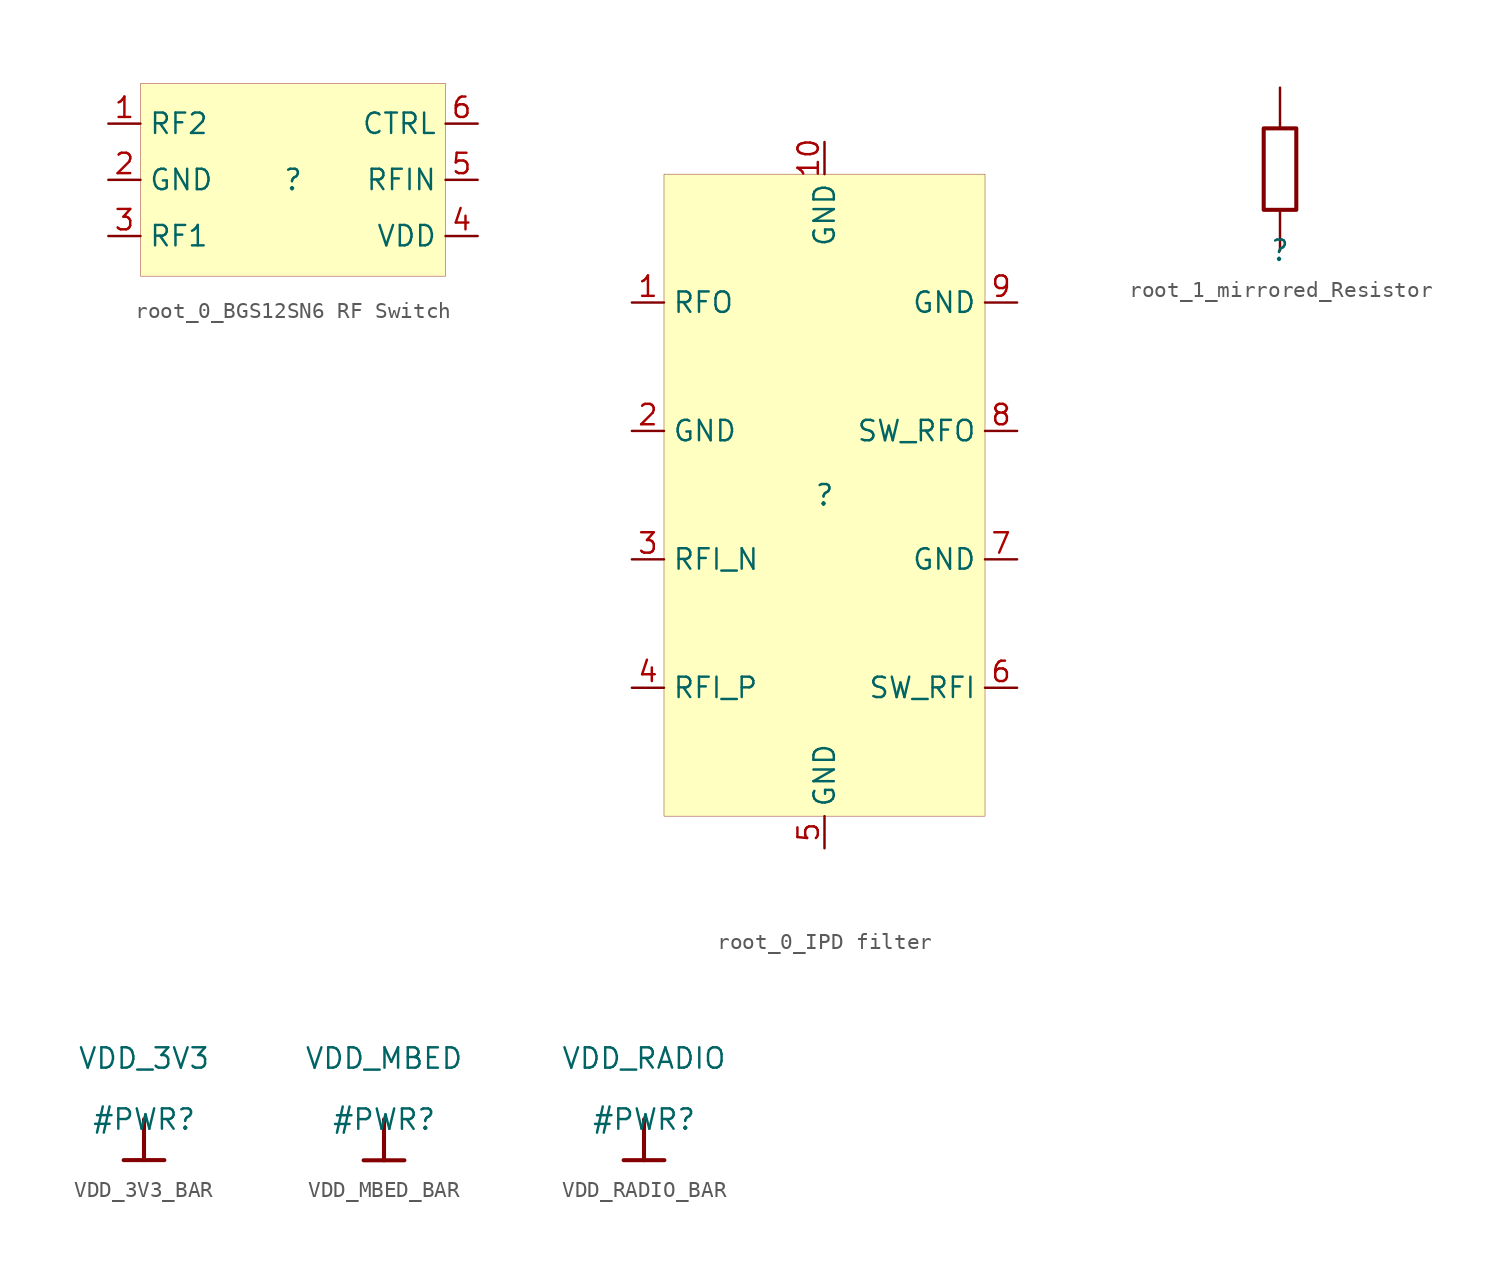
<source format=kicad_sym>
(kicad_symbol_lib
  (version 20231120)
  (generator "kicad_symbol_editor")
  (generator_version "8.0")
  (symbol "root_0_BGS12SN6 RF Switch"
    (property "Reference" ""
      (at 0 0 0)
      (effects (font (size 1.27 1.27))))
    (property "Value" ""
      (at 0 0 0)
      (effects (font (size 1.27 1.27))))
    (symbol "root_0_BGS12SN6 RF Switch_1_0"
      (rectangle (start 9.5 6) (end -9.5 -6) (stroke (width 0.025) (type solid) (color 128 0 0 1)) (fill (type background)))
      (pin passive line (at -11.5 3.5 0) (length 2) (name "RF2" (effects (font (size 1.27 1.27)))) (number "1" (effects (font (size 1.27 1.27)))))
      (pin passive line (at -11.5 0 0) (length 2) (name "GND" (effects (font (size 1.27 1.27)))) (number "2" (effects (font (size 1.27 1.27)))))
      (pin passive line (at -11.5 -3.5 0) (length 2) (name "RF1" (effects (font (size 1.27 1.27)))) (number "3" (effects (font (size 1.27 1.27)))))
      (pin power_in line (at 11.5 -3.5 180) (length 2) (name "VDD" (effects (font (size 1.27 1.27)))) (number "4" (effects (font (size 1.27 1.27)))))
      (pin passive line (at 11.5 0 180) (length 2) (name "RFIN" (effects (font (size 1.27 1.27)))) (number "5" (effects (font (size 1.27 1.27)))))
      (pin passive line (at 11.5 3.5 180) (length 2) (name "CTRL" (effects (font (size 1.27 1.27)))) (number "6" (effects (font (size 1.27 1.27)))))))
  (symbol "root_0_IPD filter"
    (property "Reference" ""
      (at 0 0 0)
      (effects (font (size 1.27 1.27))))
    (property "Value" ""
      (at 0 0 0)
      (effects (font (size 1.27 1.27))))
    (symbol "root_0_IPD filter_1_0"
      (rectangle (start 10 20) (end -10 -20) (stroke (width 0.025) (type solid) (color 128 0 0 1)) (fill (type background)))
      (pin passive line (at -12 12 0) (length 2) (name "RFO" (effects (font (size 1.27 1.27)))) (number "1" (effects (font (size 1.27 1.27)))))
      (pin power_in line (at 0 22 270) (length 2) (name "GND" (effects (font (size 1.27 1.27)))) (number "10" (effects (font (size 1.27 1.27)))))
      (pin power_in line (at -12 4 0) (length 2) (name "GND" (effects (font (size 1.27 1.27)))) (number "2" (effects (font (size 1.27 1.27)))))
      (pin passive line (at -12 -4 0) (length 2) (name "RFI_N" (effects (font (size 1.27 1.27)))) (number "3" (effects (font (size 1.27 1.27)))))
      (pin passive line (at -12 -12 0) (length 2) (name "RFI_P" (effects (font (size 1.27 1.27)))) (number "4" (effects (font (size 1.27 1.27)))))
      (pin power_in line (at 0 -22 90) (length 2) (name "GND" (effects (font (size 1.27 1.27)))) (number "5" (effects (font (size 1.27 1.27)))))
      (pin passive line (at 12 -12 180) (length 2) (name "SW_RFI" (effects (font (size 1.27 1.27)))) (number "6" (effects (font (size 1.27 1.27)))))
      (pin power_in line (at 12 -4 180) (length 2) (name "GND" (effects (font (size 1.27 1.27)))) (number "7" (effects (font (size 1.27 1.27)))))
      (pin passive line (at 12 4 180) (length 2) (name "SW_RFO" (effects (font (size 1.27 1.27)))) (number "8" (effects (font (size 1.27 1.27)))))
      (pin power_in line (at 12 12 180) (length 2) (name "GND" (effects (font (size 1.27 1.27)))) (number "9" (effects (font (size 1.27 1.27)))))))
  (symbol "root_1_mirrored_Resistor"
    (property "Reference" ""
      (at 0 0 0)
      (effects (font (size 1.27 1.27))))
    (property "Value" ""
      (at 0 0 0)
      (effects (font (size 1.27 1.27))))
    (symbol "root_1_mirrored_Resistor_1_0"
      (rectangle (start 1.016 7.62) (end -1.016 2.54) (stroke (width 0.254) (type solid)) (fill (type none)))
      (pin passive line (at 0 0 90) (length 2.54) (name "1" (effects (font (size 0 0)))) (number "1" (effects (font (size 0 0)))))
      (pin passive line (at 0 10.16 270) (length 2.54) (name "2" (effects (font (size 0 0)))) (number "2" (effects (font (size 0 0)))))))
  (symbol "VDD_3V3_BAR"
    (power)
    (property "Reference" "#PWR"
      (at 0 0 0)
      (effects (font (size 1.27 1.27))))
    (property "Value" "VDD_3V3"
      (at 0 3.81 0)
      (effects (font (size 1.27 1.27))))
    (symbol "VDD_3V3_BAR_0_0"
      (polyline (pts (xy -1.27 -2.54) (xy 1.27 -2.54)) (stroke (width 0.254) (type solid)) (fill (type none)))
      (polyline (pts (xy 0 0) (xy 0 -2.54)) (stroke (width 0.254) (type solid)) (fill (type none)))
      (pin power_in line (at 0 0 0) (length 0) hide (name "VDD_3V3" (effects (font (size 1.27 1.27)))) (number "" (effects (font (size 1.27 1.27)))))))
  (symbol "VDD_MBED_BAR"
    (power)
    (property "Reference" "#PWR"
      (at 0 0 0)
      (effects (font (size 1.27 1.27))))
    (property "Value" "VDD_MBED"
      (at 0 3.81 0)
      (effects (font (size 1.27 1.27))))
    (symbol "VDD_MBED_BAR_0_0"
      (polyline (pts (xy -1.27 -2.54) (xy 1.27 -2.54)) (stroke (width 0.254) (type solid)) (fill (type none)))
      (polyline (pts (xy 0 0) (xy 0 -2.54)) (stroke (width 0.254) (type solid)) (fill (type none)))
      (pin power_in line (at 0 0 0) (length 0) hide (name "VDD_MBED" (effects (font (size 1.27 1.27)))) (number "" (effects (font (size 1.27 1.27)))))))
  (symbol "VDD_RADIO_BAR"
    (power)
    (property "Reference" "#PWR"
      (at 0 0 0)
      (effects (font (size 1.27 1.27))))
    (property "Value" "VDD_RADIO"
      (at 0 3.81 0)
      (effects (font (size 1.27 1.27))))
    (symbol "VDD_RADIO_BAR_0_0"
      (polyline (pts (xy -1.27 -2.54) (xy 1.27 -2.54)) (stroke (width 0.254) (type solid)) (fill (type none)))
      (polyline (pts (xy 0 0) (xy 0 -2.54)) (stroke (width 0.254) (type solid)) (fill (type none)))
      (pin power_in line (at 0 0 0) (length 0) hide (name "VDD_RADIO" (effects (font (size 1.27 1.27)))) (number "" (effects (font (size 1.27 1.27))))))))
</source>
